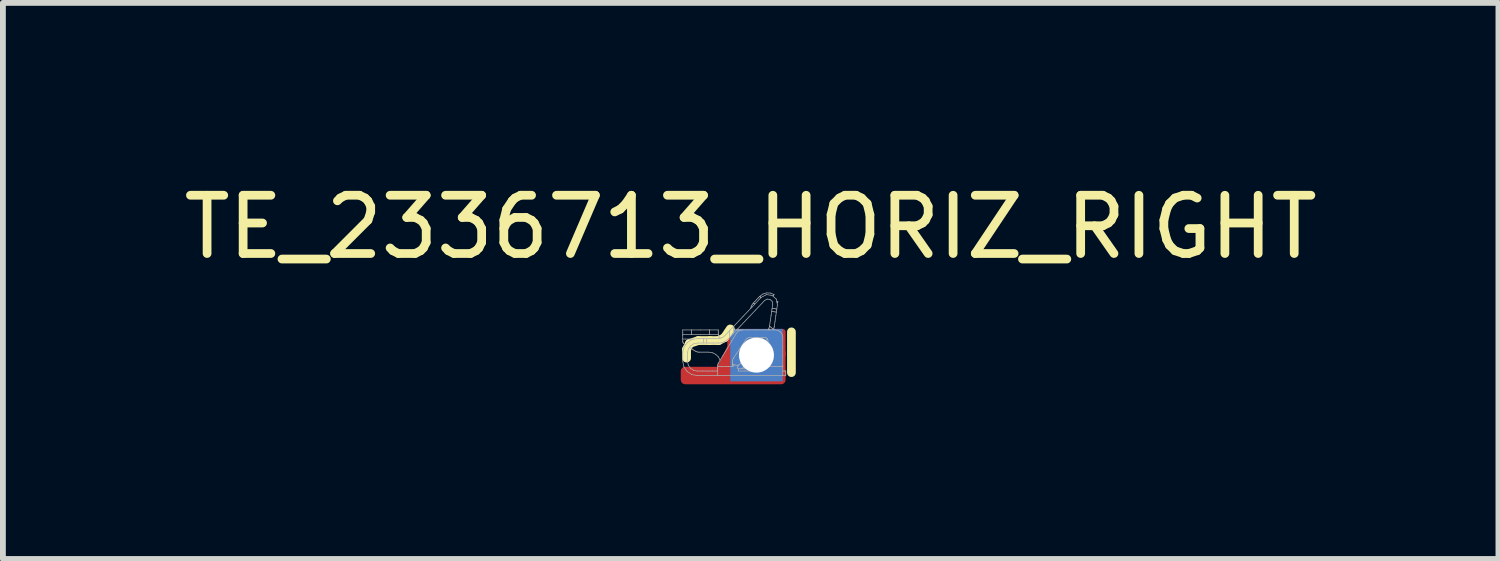
<source format=kicad_pcb>
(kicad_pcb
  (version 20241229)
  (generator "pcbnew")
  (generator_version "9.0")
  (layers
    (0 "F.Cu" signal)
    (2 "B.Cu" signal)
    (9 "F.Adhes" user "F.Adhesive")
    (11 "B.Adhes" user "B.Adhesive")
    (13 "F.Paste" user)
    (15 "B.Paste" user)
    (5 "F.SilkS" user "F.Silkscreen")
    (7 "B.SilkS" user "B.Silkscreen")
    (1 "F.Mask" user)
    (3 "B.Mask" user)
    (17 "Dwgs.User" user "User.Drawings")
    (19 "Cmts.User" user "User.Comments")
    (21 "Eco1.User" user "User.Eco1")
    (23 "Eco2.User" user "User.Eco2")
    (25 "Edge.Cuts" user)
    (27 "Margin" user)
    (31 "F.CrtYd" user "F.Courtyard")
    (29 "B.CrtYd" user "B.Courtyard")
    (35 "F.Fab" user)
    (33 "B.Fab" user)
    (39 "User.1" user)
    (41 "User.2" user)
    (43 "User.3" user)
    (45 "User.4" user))
  (footprint "TE_2336713_HORIZ_RIGHT"
    (layer "F.Cu")
    (at 9.539 2.948)
    (property "Reference" "TE_2336713_HORIZ_RIGHT" (at 0.3 -2.1 0) (layer "F.SilkS") (effects (font (size 1 1) (thickness 0.15))))
    (attr through_hole)
    (fp_line (start -0.8 0) (end -0.75 -0.1) (stroke (width 0.15) (type solid)) (layer "F.SilkS"))
    (fp_line (start -0.8 0.15) (end -0.8 0) (stroke (width 0.15) (type solid)) (layer "F.SilkS"))
    (fp_line (start -0.75 -0.1) (end -0.6 -0.15) (stroke (width 0.15) (type solid)) (layer "F.SilkS"))
    (fp_line (start -0.6 -0.15) (end -0.4 -0.15) (stroke (width 0.15) (type solid)) (layer "F.SilkS"))
    (fp_line (start -0.4 -0.15) (end -0.25 -0.15) (stroke (width 0.15) (type solid)) (layer "F.SilkS"))
    (fp_line (start -0.25 -0.15) (end -0.15 -0.2) (stroke (width 0.15) (type solid)) (layer "F.SilkS"))
    (fp_line (start -0.15 -0.2) (end -0.05 -0.35) (stroke (width 0.15) (type solid)) (layer "F.SilkS"))
    (fp_line (start 1 -0.3) (end 1 0.4) (stroke (width 0.15) (type solid)) (layer "F.SilkS"))
    (fp_line (start -0.866 -0.285) (end -0.866 -0.333) (stroke (width 0.012) (type solid)) (layer "F.Fab"))
    (fp_line (start -0.866 -0.254) (end -0.713 -0.254) (stroke (width 0.012) (type solid)) (layer "F.Fab"))
    (fp_line (start -0.866 -0.236) (end -0.866 -0.285) (stroke (width 0.012) (type solid)) (layer "F.Fab"))
    (fp_line (start -0.866 -0.188) (end -0.866 -0.236) (stroke (width 0.012) (type solid)) (layer "F.Fab"))
    (fp_line (start -0.866 -0.176) (end -0.82 -0.176) (stroke (width 0.012) (type solid)) (layer "F.Fab"))
    (fp_line (start -0.866 -0.139) (end -0.866 -0.188) (stroke (width 0.012) (type solid)) (layer "F.Fab"))
    (fp_line (start -0.866 0.059) (end -0.866 0.096) (stroke (width 0.012) (type solid)) (layer "F.Fab"))
    (fp_line (start -0.866 0.096) (end -0.866 0.133) (stroke (width 0.012) (type solid)) (layer "F.Fab"))
    (fp_line (start -0.866 0.133) (end -0.866 0.169) (stroke (width 0.012) (type solid)) (layer "F.Fab"))
    (fp_line (start -0.866 0.169) (end -0.866 0.206) (stroke (width 0.012) (type solid)) (layer "F.Fab"))
    (fp_line (start -0.866 -0.333) (end -0.713 -0.333) (stroke (width 0.012) (type solid)) (layer "F.Fab"))
    (fp_line (start -0.866 -0.14) (end -0.864 -0.125) (stroke (width 0.012) (type solid)) (layer "F.Fab"))
    (fp_line (start -0.866 0.207) (end -0.846 0.302) (stroke (width 0.012) (type solid)) (layer "F.Fab"))
    (fp_line (start -0.864 -0.125) (end -0.859 -0.112) (stroke (width 0.012) (type solid)) (layer "F.Fab"))
    (fp_line (start -0.859 -0.112) (end -0.85 -0.1) (stroke (width 0.012) (type solid)) (layer "F.Fab"))
    (fp_line (start -0.85 -0.1) (end -0.839 -0.091) (stroke (width 0.012) (type solid)) (layer "F.Fab"))
    (fp_line (start -0.846 -0.036) (end -0.866 0.059) (stroke (width 0.012) (type solid)) (layer "F.Fab"))
    (fp_line (start -0.846 0.302) (end -0.791 0.38) (stroke (width 0.012) (type solid)) (layer "F.Fab"))
    (fp_line (start -0.834 -0.087) (end -0.839 -0.09) (stroke (width 0.012) (type solid)) (layer "F.Fab"))
    (fp_line (start -0.83 -0.085) (end -0.834 -0.087) (stroke (width 0.012) (type solid)) (layer "F.Fab"))
    (fp_line (start -0.825 -0.082) (end -0.83 -0.085) (stroke (width 0.012) (type solid)) (layer "F.Fab"))
    (fp_line (start -0.821 -0.079) (end -0.825 -0.082) (stroke (width 0.012) (type solid)) (layer "F.Fab"))
    (fp_line (start -0.82 -0.176) (end -0.774 -0.176) (stroke (width 0.012) (type solid)) (layer "F.Fab"))
    (fp_line (start -0.791 -0.114) (end -0.846 -0.036) (stroke (width 0.012) (type solid)) (layer "F.Fab"))
    (fp_line (start -0.791 0.38) (end -0.711 0.433) (stroke (width 0.012) (type solid)) (layer "F.Fab"))
    (fp_line (start -0.784 0.207) (end -0.771 0.272) (stroke (width 0.012) (type solid)) (layer "F.Fab"))
    (fp_line (start -0.784 0.096) (end -0.784 0.059) (stroke (width 0.012) (type solid)) (layer "F.Fab"))
    (fp_line (start -0.784 0.133) (end -0.784 0.096) (stroke (width 0.012) (type solid)) (layer "F.Fab"))
    (fp_line (start -0.784 0.169) (end -0.784 0.133) (stroke (width 0.012) (type solid)) (layer "F.Fab"))
    (fp_line (start -0.784 0.206) (end -0.784 0.169) (stroke (width 0.012) (type solid)) (layer "F.Fab"))
    (fp_line (start -0.774 -0.176) (end -0.728 -0.176) (stroke (width 0.012) (type solid)) (layer "F.Fab"))
    (fp_line (start -0.771 -0.005) (end -0.784 0.06) (stroke (width 0.012) (type solid)) (layer "F.Fab"))
    (fp_line (start -0.771 0.272) (end -0.734 0.325) (stroke (width 0.012) (type solid)) (layer "F.Fab"))
    (fp_line (start -0.734 -0.058) (end -0.771 -0.005) (stroke (width 0.012) (type solid)) (layer "F.Fab"))
    (fp_line (start -0.734 0.325) (end -0.679 0.361) (stroke (width 0.012) (type solid)) (layer "F.Fab"))
    (fp_line (start -0.729 -0.02) (end -0.754 -0.035) (stroke (width 0.012) (type solid)) (layer "F.Fab"))
    (fp_line (start -0.728 -0.176) (end -0.682 -0.176) (stroke (width 0.012) (type solid)) (layer "F.Fab"))
    (fp_line (start -0.713 -0.314) (end -0.713 -0.333) (stroke (width 0.012) (type solid)) (layer "F.Fab"))
    (fp_line (start -0.713 -0.294) (end -0.713 -0.314) (stroke (width 0.012) (type solid)) (layer "F.Fab"))
    (fp_line (start -0.713 -0.275) (end -0.713 -0.294) (stroke (width 0.012) (type solid)) (layer "F.Fab"))
    (fp_line (start -0.713 -0.255) (end -0.713 -0.275) (stroke (width 0.012) (type solid)) (layer "F.Fab"))
    (fp_line (start -0.713 -0.254) (end -0.561 -0.254) (stroke (width 0.012) (type solid)) (layer "F.Fab"))
    (fp_line (start -0.713 -0.333) (end -0.561 -0.333) (stroke (width 0.012) (type solid)) (layer "F.Fab"))
    (fp_line (start -0.711 -0.167) (end -0.791 -0.114) (stroke (width 0.012) (type solid)) (layer "F.Fab"))
    (fp_line (start -0.711 0.433) (end -0.612 0.452) (stroke (width 0.012) (type solid)) (layer "F.Fab"))
    (fp_line (start -0.704 -0.004) (end -0.729 -0.02) (stroke (width 0.012) (type solid)) (layer "F.Fab"))
    (fp_line (start -0.68 0.012) (end -0.704 -0.004) (stroke (width 0.012) (type solid)) (layer "F.Fab"))
    (fp_line (start -0.679 -0.094) (end -0.734 -0.058) (stroke (width 0.012) (type solid)) (layer "F.Fab"))
    (fp_line (start -0.679 0.361) (end -0.612 0.374) (stroke (width 0.012) (type solid)) (layer "F.Fab"))
    (fp_line (start -0.655 0.028) (end -0.638 0.037) (stroke (width 0.012) (type solid)) (layer "F.Fab"))
    (fp_line (start -0.655 0.028) (end -0.68 0.012) (stroke (width 0.012) (type solid)) (layer "F.Fab"))
    (fp_line (start -0.638 0.037) (end -0.62 0.044) (stroke (width 0.012) (type solid)) (layer "F.Fab"))
    (fp_line (start -0.62 0.044) (end -0.601 0.048) (stroke (width 0.012) (type solid)) (layer "F.Fab"))
    (fp_line (start -0.612 -0.107) (end -0.679 -0.094) (stroke (width 0.012) (type solid)) (layer "F.Fab"))
    (fp_line (start -0.612 -0.186) (end -0.523 -0.186) (stroke (width 0.012) (type solid)) (layer "F.Fab"))
    (fp_line (start -0.612 -0.108) (end -0.523 -0.108) (stroke (width 0.012) (type solid)) (layer "F.Fab"))
    (fp_line (start -0.612 0.452) (end -0.233 0.452) (stroke (width 0.012) (type solid)) (layer "F.Fab"))
    (fp_line (start -0.612 -0.186) (end -0.711 -0.167) (stroke (width 0.012) (type solid)) (layer "F.Fab"))
    (fp_line (start -0.601 0.048) (end -0.582 0.049) (stroke (width 0.012) (type solid)) (layer "F.Fab"))
    (fp_line (start -0.561 -0.254) (end -0.408 -0.254) (stroke (width 0.012) (type solid)) (layer "F.Fab"))
    (fp_line (start -0.561 -0.333) (end -0.408 -0.333) (stroke (width 0.012) (type solid)) (layer "F.Fab"))
    (fp_line (start -0.541 0.048) (end -0.582 0.048) (stroke (width 0.012) (type solid)) (layer "F.Fab"))
    (fp_line (start -0.525 0.373) (end -0.612 0.373) (stroke (width 0.012) (type solid)) (layer "F.Fab"))
    (fp_line (start -0.523 -0.186) (end -0.434 -0.186) (stroke (width 0.012) (type solid)) (layer "F.Fab"))
    (fp_line (start -0.523 -0.108) (end -0.434 -0.108) (stroke (width 0.012) (type solid)) (layer "F.Fab"))
    (fp_line (start -0.506 -0.168) (end -0.506 -0.187) (stroke (width 0.012) (type solid)) (layer "F.Fab"))
    (fp_line (start -0.506 -0.148) (end -0.506 -0.168) (stroke (width 0.012) (type solid)) (layer "F.Fab"))
    (fp_line (start -0.506 -0.128) (end -0.506 -0.148) (stroke (width 0.012) (type solid)) (layer "F.Fab"))
    (fp_line (start -0.506 -0.109) (end -0.506 -0.128) (stroke (width 0.012) (type solid)) (layer "F.Fab"))
    (fp_line (start -0.5 0.048) (end -0.541 0.048) (stroke (width 0.012) (type solid)) (layer "F.Fab"))
    (fp_line (start -0.459 0.048) (end -0.5 0.048) (stroke (width 0.012) (type solid)) (layer "F.Fab"))
    (fp_line (start -0.454 -0.168) (end -0.454 -0.187) (stroke (width 0.012) (type solid)) (layer "F.Fab"))
    (fp_line (start -0.454 -0.148) (end -0.454 -0.168) (stroke (width 0.012) (type solid)) (layer "F.Fab"))
    (fp_line (start -0.454 -0.128) (end -0.454 -0.148) (stroke (width 0.012) (type solid)) (layer "F.Fab"))
    (fp_line (start -0.454 -0.109) (end -0.454 -0.128) (stroke (width 0.012) (type solid)) (layer "F.Fab"))
    (fp_line (start -0.439 0.373) (end -0.525 0.373) (stroke (width 0.012) (type solid)) (layer "F.Fab"))
    (fp_line (start -0.434 -0.186) (end -0.345 -0.186) (stroke (width 0.012) (type solid)) (layer "F.Fab"))
    (fp_line (start -0.434 -0.108) (end -0.345 -0.108) (stroke (width 0.012) (type solid)) (layer "F.Fab"))
    (fp_line (start -0.418 0.048) (end -0.459 0.048) (stroke (width 0.012) (type solid)) (layer "F.Fab"))
    (fp_line (start -0.408 -0.254) (end -0.256 -0.254) (stroke (width 0.012) (type solid)) (layer "F.Fab"))
    (fp_line (start -0.408 -0.335) (end -0.408 -0.315) (stroke (width 0.012) (type solid)) (layer "F.Fab"))
    (fp_line (start -0.408 -0.315) (end -0.408 -0.296) (stroke (width 0.012) (type solid)) (layer "F.Fab"))
    (fp_line (start -0.408 -0.296) (end -0.408 -0.276) (stroke (width 0.012) (type solid)) (layer "F.Fab"))
    (fp_line (start -0.408 -0.276) (end -0.408 -0.256) (stroke (width 0.012) (type solid)) (layer "F.Fab"))
    (fp_line (start -0.408 -0.333) (end -0.256 -0.333) (stroke (width 0.012) (type solid)) (layer "F.Fab"))
    (fp_line (start -0.354 0.059) (end -0.418 0.049) (stroke (width 0.012) (type solid)) (layer "F.Fab"))
    (fp_line (start -0.352 0.373) (end -0.439 0.373) (stroke (width 0.012) (type solid)) (layer "F.Fab"))
    (fp_line (start -0.345 -0.186) (end -0.256 -0.186) (stroke (width 0.012) (type solid)) (layer "F.Fab"))
    (fp_line (start -0.345 -0.108) (end -0.256 -0.108) (stroke (width 0.012) (type solid)) (layer "F.Fab"))
    (fp_line (start -0.298 0.088) (end -0.354 0.059) (stroke (width 0.012) (type solid)) (layer "F.Fab"))
    (fp_line (start -0.266 0.324) (end -0.266 0.281) (stroke (width 0.012) (type solid)) (layer "F.Fab"))
    (fp_line (start -0.266 0.366) (end -0.266 0.324) (stroke (width 0.012) (type solid)) (layer "F.Fab"))
    (fp_line (start -0.266 0.409) (end -0.266 0.366) (stroke (width 0.012) (type solid)) (layer "F.Fab"))
    (fp_line (start -0.266 0.451) (end -0.266 0.409) (stroke (width 0.012) (type solid)) (layer "F.Fab"))
    (fp_line (start -0.266 0.373) (end -0.352 0.373) (stroke (width 0.012) (type solid)) (layer "F.Fab"))
    (fp_line (start -0.265 0.269) (end -0.266 0.282) (stroke (width 0.012) (type solid)) (layer "F.Fab"))
    (fp_line (start -0.262 0.256) (end -0.265 0.269) (stroke (width 0.012) (type solid)) (layer "F.Fab"))
    (fp_line (start -0.258 0.244) (end -0.262 0.256) (stroke (width 0.012) (type solid)) (layer "F.Fab"))
    (fp_line (start -0.256 -0.186) (end -0.224 -0.19) (stroke (width 0.012) (type solid)) (layer "F.Fab"))
    (fp_line (start -0.256 -0.334) (end -0.256 -0.314) (stroke (width 0.012) (type solid)) (layer "F.Fab"))
    (fp_line (start -0.256 -0.314) (end -0.256 -0.295) (stroke (width 0.012) (type solid)) (layer "F.Fab"))
    (fp_line (start -0.256 -0.295) (end -0.256 -0.275) (stroke (width 0.012) (type solid)) (layer "F.Fab"))
    (fp_line (start -0.256 -0.275) (end -0.256 -0.255) (stroke (width 0.012) (type solid)) (layer "F.Fab"))
    (fp_line (start -0.256 -0.255) (end -0.253 -0.236) (stroke (width 0.012) (type solid)) (layer "F.Fab"))
    (fp_line (start -0.256 -0.108) (end -0.207 -0.112) (stroke (width 0.012) (type solid)) (layer "F.Fab"))
    (fp_line (start -0.253 -0.236) (end -0.247 -0.219) (stroke (width 0.012) (type solid)) (layer "F.Fab"))
    (fp_line (start -0.253 0.131) (end -0.298 0.088) (stroke (width 0.012) (type solid)) (layer "F.Fab"))
    (fp_line (start -0.252 0.232) (end -0.258 0.244) (stroke (width 0.012) (type solid)) (layer "F.Fab"))
    (fp_line (start -0.247 -0.219) (end -0.236 -0.203) (stroke (width 0.012) (type solid)) (layer "F.Fab"))
    (fp_line (start -0.236 -0.203) (end -0.221 -0.191) (stroke (width 0.012) (type solid)) (layer "F.Fab"))
    (fp_line (start -0.233 0.452) (end 0.146 0.452) (stroke (width 0.012) (type solid)) (layer "F.Fab"))
    (fp_line (start -0.224 0.188) (end -0.253 0.131) (stroke (width 0.012) (type solid)) (layer "F.Fab"))
    (fp_line (start -0.224 -0.19) (end -0.194 -0.199) (stroke (width 0.012) (type solid)) (layer "F.Fab"))
    (fp_line (start -0.207 -0.112) (end -0.161 -0.127) (stroke (width 0.012) (type solid)) (layer "F.Fab"))
    (fp_line (start -0.202 0.294) (end -0.266 0.294) (stroke (width 0.012) (type solid)) (layer "F.Fab"))
    (fp_line (start -0.194 -0.199) (end -0.167 -0.214) (stroke (width 0.012) (type solid)) (layer "F.Fab"))
    (fp_line (start -0.176 0.107) (end -0.252 0.233) (stroke (width 0.012) (type solid)) (layer "F.Fab"))
    (fp_line (start -0.167 -0.214) (end -0.143 -0.235) (stroke (width 0.012) (type solid)) (layer "F.Fab"))
    (fp_line (start -0.161 -0.127) (end -0.12 -0.15) (stroke (width 0.012) (type solid)) (layer "F.Fab"))
    (fp_line (start -0.143 -0.234) (end 0.012 -0.398) (stroke (width 0.012) (type solid)) (layer "F.Fab"))
    (fp_line (start -0.138 0.294) (end -0.202 0.294) (stroke (width 0.012) (type solid)) (layer "F.Fab"))
    (fp_line (start -0.12 -0.15) (end -0.083 -0.181) (stroke (width 0.012) (type solid)) (layer "F.Fab"))
    (fp_line (start -0.1 -0.018) (end -0.176 0.107) (stroke (width 0.012) (type solid)) (layer "F.Fab"))
    (fp_line (start -0.074 0.294) (end -0.138 0.294) (stroke (width 0.012) (type solid)) (layer "F.Fab"))
    (fp_line (start -0.063 -0.29) (end -0.063 -0.319) (stroke (width 0.012) (type solid)) (layer "F.Fab"))
    (fp_line (start -0.063 -0.26) (end -0.063 -0.29) (stroke (width 0.012) (type solid)) (layer "F.Fab"))
    (fp_line (start -0.063 -0.231) (end -0.063 -0.26) (stroke (width 0.012) (type solid)) (layer "F.Fab"))
    (fp_line (start -0.063 -0.202) (end -0.063 -0.231) (stroke (width 0.012) (type solid)) (layer "F.Fab"))
    (fp_line (start -0.024 -0.144) (end -0.1 -0.018) (stroke (width 0.012) (type solid)) (layer "F.Fab"))
    (fp_line (start -0.012 0.229) (end -0.012 0.215) (stroke (width 0.012) (type solid)) (layer "F.Fab"))
    (fp_line (start -0.012 0.243) (end -0.012 0.229) (stroke (width 0.012) (type solid)) (layer "F.Fab"))
    (fp_line (start -0.012 0.258) (end -0.012 0.243) (stroke (width 0.012) (type solid)) (layer "F.Fab"))
    (fp_line (start -0.012 0.272) (end -0.012 0.258) (stroke (width 0.012) (type solid)) (layer "F.Fab"))
    (fp_line (start -0.012 0.226) (end -0.01 0.244) (stroke (width 0.012) (type solid)) (layer "F.Fab"))
    (fp_line (start -0.012 0.271) (end -0.012 0.277) (stroke (width 0.012) (type solid)) (layer "F.Fab"))
    (fp_line (start -0.012 0.277) (end -0.011 0.283) (stroke (width 0.012) (type solid)) (layer "F.Fab"))
    (fp_line (start -0.011 0.283) (end -0.011 0.289) (stroke (width 0.012) (type solid)) (layer "F.Fab"))
    (fp_line (start -0.011 0.289) (end -0.01 0.294) (stroke (width 0.012) (type solid)) (layer "F.Fab"))
    (fp_line (start -0.011 0.196) (end -0.012 0.214) (stroke (width 0.012) (type solid)) (layer "F.Fab"))
    (fp_line (start -0.01 0.244) (end -0.007 0.262) (stroke (width 0.012) (type solid)) (layer "F.Fab"))
    (fp_line (start -0.01 0.294) (end -0.074 0.294) (stroke (width 0.012) (type solid)) (layer "F.Fab"))
    (fp_line (start -0.007 0.259) (end 0.004 0.262) (stroke (width 0.012) (type solid)) (layer "F.Fab"))
    (fp_line (start -0.007 0.178) (end -0.011 0.196) (stroke (width 0.012) (type solid)) (layer "F.Fab"))
    (fp_line (start -0.007 0.262) (end -0.000193 0.279) (stroke (width 0.012) (type solid)) (layer "F.Fab"))
    (fp_line (start -0.000193 0.279) (end 0.009 0.294) (stroke (width 0.012) (type solid)) (layer "F.Fab"))
    (fp_line (start -0.000053 0.161) (end -0.007 0.178) (stroke (width 0.012) (type solid)) (layer "F.Fab"))
    (fp_line (start 0.004 0.262) (end 0.015 0.265) (stroke (width 0.012) (type solid)) (layer "F.Fab"))
    (fp_line (start 0.006 -0.363) (end 0.006 -0.392) (stroke (width 0.012) (type solid)) (layer "F.Fab"))
    (fp_line (start 0.006 -0.333) (end 0.006 -0.363) (stroke (width 0.012) (type solid)) (layer "F.Fab"))
    (fp_line (start 0.006 -0.304) (end 0.006 -0.333) (stroke (width 0.012) (type solid)) (layer "F.Fab"))
    (fp_line (start 0.006 -0.275) (end 0.006 -0.304) (stroke (width 0.012) (type solid)) (layer "F.Fab"))
    (fp_line (start 0.009 0.145) (end -0.000053 0.161) (stroke (width 0.012) (type solid)) (layer "F.Fab"))
    (fp_line (start 0.009 0.146) (end 0.06 0.069) (stroke (width 0.012) (type solid)) (layer "F.Fab"))
    (fp_line (start 0.012 -0.398) (end 0.167 -0.562) (stroke (width 0.012) (type solid)) (layer "F.Fab"))
    (fp_line (start 0.015 0.265) (end 0.026 0.268) (stroke (width 0.012) (type solid)) (layer "F.Fab"))
    (fp_line (start 0.026 0.268) (end 0.037 0.271) (stroke (width 0.012) (type solid)) (layer "F.Fab"))
    (fp_line (start 0.038 0.272) (end 0.061 0.275) (stroke (width 0.012) (type solid)) (layer "F.Fab"))
    (fp_line (start 0.052 -0.27) (end -0.024 -0.144) (stroke (width 0.012) (type solid)) (layer "F.Fab"))
    (fp_line (start 0.06 0.069) (end 0.111 -0.007) (stroke (width 0.012) (type solid)) (layer "F.Fab"))
    (fp_line (start 0.061 0.275) (end 0.084 0.271) (stroke (width 0.012) (type solid)) (layer "F.Fab"))
    (fp_line (start 0.065 -0.331) (end 0.057 -0.33) (stroke (width 0.012) (type solid)) (layer "F.Fab"))
    (fp_line (start 0.07 0.333) (end 0.074 0.317) (stroke (width 0.012) (type solid)) (layer "F.Fab"))
    (fp_line (start 0.072 -0.345) (end -0.083 -0.181) (stroke (width 0.012) (type solid)) (layer "F.Fab"))
    (fp_line (start 0.073 -0.297) (end 0.051 -0.27) (stroke (width 0.012) (type solid)) (layer "F.Fab"))
    (fp_line (start 0.073 -0.333) (end 0.065 -0.331) (stroke (width 0.012) (type solid)) (layer "F.Fab"))
    (fp_line (start 0.074 0.317) (end 0.079 0.302) (stroke (width 0.012) (type solid)) (layer "F.Fab"))
    (fp_line (start 0.079 0.302) (end 0.083 0.286) (stroke (width 0.012) (type solid)) (layer "F.Fab"))
    (fp_line (start 0.081 -0.333) (end 0.073 -0.333) (stroke (width 0.012) (type solid)) (layer "F.Fab"))
    (fp_line (start 0.083 0.286) (end 0.088 0.271) (stroke (width 0.012) (type solid)) (layer "F.Fab"))
    (fp_line (start 0.084 0.271) (end 0.105 0.261) (stroke (width 0.012) (type solid)) (layer "F.Fab"))
    (fp_line (start 0.089 -0.334) (end 0.081 -0.333) (stroke (width 0.012) (type solid)) (layer "F.Fab"))
    (fp_line (start 0.09 0.373) (end 0.192 0.373) (stroke (width 0.012) (type solid)) (layer "F.Fab"))
    (fp_line (start 0.09 0.344) (end 0.09 0.334) (stroke (width 0.012) (type solid)) (layer "F.Fab"))
    (fp_line (start 0.09 0.354) (end 0.09 0.344) (stroke (width 0.012) (type solid)) (layer "F.Fab"))
    (fp_line (start 0.09 0.364) (end 0.09 0.354) (stroke (width 0.012) (type solid)) (layer "F.Fab"))
    (fp_line (start 0.09 0.374) (end 0.09 0.364) (stroke (width 0.012) (type solid)) (layer "F.Fab"))
    (fp_line (start 0.1 -0.317) (end 0.073 -0.297) (stroke (width 0.012) (type solid)) (layer "F.Fab"))
    (fp_line (start 0.105 0.261) (end 0.123 0.246) (stroke (width 0.012) (type solid)) (layer "F.Fab"))
    (fp_line (start 0.111 -0.007) (end 0.162 -0.084) (stroke (width 0.012) (type solid)) (layer "F.Fab"))
    (fp_line (start 0.123 0.246) (end 0.217 0.133) (stroke (width 0.012) (type solid)) (layer "F.Fab"))
    (fp_line (start 0.131 -0.329) (end 0.1 -0.317) (stroke (width 0.012) (type solid)) (layer "F.Fab"))
    (fp_line (start 0.138 0.334) (end 0.151 0.326) (stroke (width 0.012) (type solid)) (layer "F.Fab"))
    (fp_line (start 0.146 0.452) (end 0.524 0.452) (stroke (width 0.012) (type solid)) (layer "F.Fab"))
    (fp_line (start 0.151 0.326) (end 0.164 0.317) (stroke (width 0.012) (type solid)) (layer "F.Fab"))
    (fp_line (start 0.162 -0.084) (end 0.212 -0.16) (stroke (width 0.012) (type solid)) (layer "F.Fab"))
    (fp_line (start 0.164 0.317) (end 0.175 0.307) (stroke (width 0.012) (type solid)) (layer "F.Fab"))
    (fp_line (start 0.166 -0.334) (end 0.131 -0.329) (stroke (width 0.012) (type solid)) (layer "F.Fab"))
    (fp_line (start 0.167 -0.562) (end 0.323 -0.726) (stroke (width 0.012) (type solid)) (layer "F.Fab"))
    (fp_line (start 0.175 0.307) (end 0.186 0.296) (stroke (width 0.012) (type solid)) (layer "F.Fab"))
    (fp_line (start 0.186 0.296) (end 0.286 0.176) (stroke (width 0.012) (type solid)) (layer "F.Fab"))
    (fp_line (start 0.192 0.373) (end 0.293 0.373) (stroke (width 0.012) (type solid)) (layer "F.Fab"))
    (fp_line (start 0.192 0.334) (end 0.09 0.334) (stroke (width 0.012) (type solid)) (layer "F.Fab"))
    (fp_line (start 0.217 0.133) (end 0.312 0.021) (stroke (width 0.012) (type solid)) (layer "F.Fab"))
    (fp_line (start 0.227 -0.509) (end 0.072 -0.345) (stroke (width 0.012) (type solid)) (layer "F.Fab"))
    (fp_line (start 0.229 -0.18) (end 0.212 -0.161) (stroke (width 0.012) (type solid)) (layer "F.Fab"))
    (fp_line (start 0.247 -0.333) (end 0.089 -0.333) (stroke (width 0.012) (type solid)) (layer "F.Fab"))
    (fp_line (start 0.249 -0.194) (end 0.229 -0.18) (stroke (width 0.012) (type solid)) (layer "F.Fab"))
    (fp_line (start 0.273 -0.203) (end 0.249 -0.194) (stroke (width 0.012) (type solid)) (layer "F.Fab"))
    (fp_line (start 0.286 0.176) (end 0.386 0.057) (stroke (width 0.012) (type solid)) (layer "F.Fab"))
    (fp_line (start 0.293 0.373) (end 0.395 0.373) (stroke (width 0.012) (type solid)) (layer "F.Fab"))
    (fp_line (start 0.293 0.334) (end 0.192 0.334) (stroke (width 0.012) (type solid)) (layer "F.Fab"))
    (fp_line (start 0.298 -0.205) (end 0.358 -0.205) (stroke (width 0.012) (type solid)) (layer "F.Fab"))
    (fp_line (start 0.298 -0.206) (end 0.273 -0.203) (stroke (width 0.012) (type solid)) (layer "F.Fab"))
    (fp_line (start 0.307 -0.728) (end 0.301 -0.703) (stroke (width 0.012) (type solid)) (layer "F.Fab"))
    (fp_line (start 0.312 0.021) (end 0.407 -0.092) (stroke (width 0.012) (type solid)) (layer "F.Fab"))
    (fp_line (start 0.317 -0.752) (end 0.307 -0.728) (stroke (width 0.012) (type solid)) (layer "F.Fab"))
    (fp_line (start 0.323 -0.726) (end 0.478 -0.89) (stroke (width 0.012) (type solid)) (layer "F.Fab"))
    (fp_line (start 0.33 -0.775) (end 0.317 -0.752) (stroke (width 0.012) (type solid)) (layer "F.Fab"))
    (fp_line (start 0.347 -0.795) (end 0.33 -0.775) (stroke (width 0.012) (type solid)) (layer "F.Fab"))
    (fp_line (start 0.347 -0.795) (end 0.374 -0.824) (stroke (width 0.012) (type solid)) (layer "F.Fab"))
    (fp_line (start 0.347 -0.795) (end 0.352 -0.79) (stroke (width 0.012) (type solid)) (layer "F.Fab"))
    (fp_line (start 0.352 -0.79) (end 0.358 -0.786) (stroke (width 0.012) (type solid)) (layer "F.Fab"))
    (fp_line (start 0.353 0.003) (end 0.337 -0.009) (stroke (width 0.012) (type solid)) (layer "F.Fab"))
    (fp_line (start 0.358 -0.205) (end 0.418 -0.205) (stroke (width 0.012) (type solid)) (layer "F.Fab"))
    (fp_line (start 0.358 -0.786) (end 0.364 -0.781) (stroke (width 0.012) (type solid)) (layer "F.Fab"))
    (fp_line (start 0.364 -0.781) (end 0.369 -0.776) (stroke (width 0.012) (type solid)) (layer "F.Fab"))
    (fp_line (start 0.368 0.016) (end 0.353 0.003) (stroke (width 0.012) (type solid)) (layer "F.Fab"))
    (fp_line (start 0.374 -0.824) (end 0.401 -0.853) (stroke (width 0.012) (type solid)) (layer "F.Fab"))
    (fp_line (start 0.383 -0.673) (end 0.227 -0.509) (stroke (width 0.012) (type solid)) (layer "F.Fab"))
    (fp_line (start 0.384 0.028) (end 0.368 0.016) (stroke (width 0.012) (type solid)) (layer "F.Fab"))
    (fp_line (start 0.386 0.057) (end 0.486 -0.062) (stroke (width 0.012) (type solid)) (layer "F.Fab"))
    (fp_line (start 0.395 0.334) (end 0.293 0.334) (stroke (width 0.012) (type solid)) (layer "F.Fab"))
    (fp_line (start 0.395 0.373) (end 0.497 0.373) (stroke (width 0.012) (type solid)) (layer "F.Fab"))
    (fp_line (start 0.4 0.04) (end 0.384 0.028) (stroke (width 0.012) (type solid)) (layer "F.Fab"))
    (fp_line (start 0.401 -0.853) (end 0.428 -0.881) (stroke (width 0.012) (type solid)) (layer "F.Fab"))
    (fp_line (start 0.405 -0.333) (end 0.247 -0.333) (stroke (width 0.012) (type solid)) (layer "F.Fab"))
    (fp_line (start 0.407 -0.092) (end 0.502 -0.205) (stroke (width 0.012) (type solid)) (layer "F.Fab"))
    (fp_line (start 0.411 -0.066) (end 0.395 -0.079) (stroke (width 0.012) (type solid)) (layer "F.Fab"))
    (fp_line (start 0.418 -0.205) (end 0.477 -0.205) (stroke (width 0.012) (type solid)) (layer "F.Fab"))
    (fp_line (start 0.427 -0.054) (end 0.411 -0.066) (stroke (width 0.012) (type solid)) (layer "F.Fab"))
    (fp_line (start 0.428 -0.881) (end 0.456 -0.91) (stroke (width 0.012) (type solid)) (layer "F.Fab"))
    (fp_line (start 0.443 -0.042) (end 0.427 -0.054) (stroke (width 0.012) (type solid)) (layer "F.Fab"))
    (fp_line (start 0.443 -0.105) (end 0.427 -0.117) (stroke (width 0.012) (type solid)) (layer "F.Fab"))
    (fp_line (start 0.456 -0.91) (end 0.461 -0.905) (stroke (width 0.012) (type solid)) (layer "F.Fab"))
    (fp_line (start 0.459 -0.029) (end 0.443 -0.042) (stroke (width 0.012) (type solid)) (layer "F.Fab"))
    (fp_line (start 0.459 -0.092) (end 0.443 -0.105) (stroke (width 0.012) (type solid)) (layer "F.Fab"))
    (fp_line (start 0.461 -0.905) (end 0.467 -0.9) (stroke (width 0.012) (type solid)) (layer "F.Fab"))
    (fp_line (start 0.467 -0.9) (end 0.472 -0.895) (stroke (width 0.012) (type solid)) (layer "F.Fab"))
    (fp_line (start 0.472 -0.895) (end 0.478 -0.89) (stroke (width 0.012) (type solid)) (layer "F.Fab"))
    (fp_line (start 0.475 -0.08) (end 0.459 -0.092) (stroke (width 0.012) (type solid)) (layer "F.Fab"))
    (fp_line (start 0.477 -0.205) (end 0.537 -0.205) (stroke (width 0.012) (type solid)) (layer "F.Fab"))
    (fp_line (start 0.486 -0.062) (end 0.586 -0.181) (stroke (width 0.012) (type solid)) (layer "F.Fab"))
    (fp_line (start 0.491 -0.067) (end 0.475 -0.08) (stroke (width 0.012) (type solid)) (layer "F.Fab"))
    (fp_line (start 0.497 0.334) (end 0.395 0.334) (stroke (width 0.012) (type solid)) (layer "F.Fab"))
    (fp_line (start 0.497 0.334) (end 0.497 0.344) (stroke (width 0.012) (type solid)) (layer "F.Fab"))
    (fp_line (start 0.497 0.344) (end 0.497 0.354) (stroke (width 0.012) (type solid)) (layer "F.Fab"))
    (fp_line (start 0.497 0.354) (end 0.497 0.364) (stroke (width 0.012) (type solid)) (layer "F.Fab"))
    (fp_line (start 0.497 0.364) (end 0.497 0.374) (stroke (width 0.012) (type solid)) (layer "F.Fab"))
    (fp_line (start 0.507 -0.181) (end 0.491 -0.193) (stroke (width 0.012) (type solid)) (layer "F.Fab"))
    (fp_line (start 0.51 -0.95) (end 0.456 -0.91) (stroke (width 0.012) (type solid)) (layer "F.Fab"))
    (fp_line (start 0.523 -0.169) (end 0.507 -0.181) (stroke (width 0.012) (type solid)) (layer "F.Fab"))
    (fp_line (start 0.524 0.452) (end 0.903 0.452) (stroke (width 0.012) (type solid)) (layer "F.Fab"))
    (fp_line (start 0.538 -0.837) (end 0.383 -0.673) (stroke (width 0.012) (type solid)) (layer "F.Fab"))
    (fp_line (start 0.539 -0.156) (end 0.523 -0.169) (stroke (width 0.012) (type solid)) (layer "F.Fab"))
    (fp_line (start 0.555 -0.144) (end 0.539 -0.156) (stroke (width 0.012) (type solid)) (layer "F.Fab"))
    (fp_line (start 0.561 -0.202) (end 0.537 -0.206) (stroke (width 0.012) (type solid)) (layer "F.Fab"))
    (fp_line (start 0.562 -0.333) (end 0.405 -0.333) (stroke (width 0.012) (type solid)) (layer "F.Fab"))
    (fp_line (start 0.571 -0.94) (end 0.478 -0.89) (stroke (width 0.012) (type solid)) (layer "F.Fab"))
    (fp_line (start 0.573 -0.969) (end 0.51 -0.95) (stroke (width 0.012) (type solid)) (layer "F.Fab"))
    (fp_line (start 0.578 0.294) (end 0.587 0.279) (stroke (width 0.012) (type solid)) (layer "F.Fab"))
    (fp_line (start 0.58 -0.189) (end 0.561 -0.202) (stroke (width 0.012) (type solid)) (layer "F.Fab"))
    (fp_line (start 0.584 -0.863) (end 0.538 -0.838) (stroke (width 0.012) (type solid)) (layer "F.Fab"))
    (fp_line (start 0.587 0.279) (end 0.593 0.262) (stroke (width 0.012) (type solid)) (layer "F.Fab"))
    (fp_line (start 0.593 0.262) (end 0.597 0.244) (stroke (width 0.012) (type solid)) (layer "F.Fab"))
    (fp_line (start 0.593 -0.17) (end 0.58 -0.189) (stroke (width 0.012) (type solid)) (layer "F.Fab"))
    (fp_line (start 0.596 0.294) (end 0.597 0.289) (stroke (width 0.012) (type solid)) (layer "F.Fab"))
    (fp_line (start 0.597 0.244) (end 0.598 0.226) (stroke (width 0.012) (type solid)) (layer "F.Fab"))
    (fp_line (start 0.597 0.289) (end 0.598 0.283) (stroke (width 0.012) (type solid)) (layer "F.Fab"))
    (fp_line (start 0.598 0.283) (end 0.598 0.277) (stroke (width 0.012) (type solid)) (layer "F.Fab"))
    (fp_line (start 0.598 0.277) (end 0.598 0.271) (stroke (width 0.012) (type solid)) (layer "F.Fab"))
    (fp_line (start 0.598 -0.147) (end 0.593 -0.17) (stroke (width 0.012) (type solid)) (layer "F.Fab"))
    (fp_line (start 0.598 -0.147) (end 0.598 -0.042) (stroke (width 0.012) (type solid)) (layer "F.Fab"))
    (fp_line (start 0.598 -0.042) (end 0.598 0.063) (stroke (width 0.012) (type solid)) (layer "F.Fab"))
    (fp_line (start 0.598 0.063) (end 0.598 0.167) (stroke (width 0.012) (type solid)) (layer "F.Fab"))
    (fp_line (start 0.598 0.167) (end 0.598 0.272) (stroke (width 0.012) (type solid)) (layer "F.Fab"))
    (fp_line (start 0.602 -0.333) (end 0.61 -0.35) (stroke (width 0.012) (type solid)) (layer "F.Fab"))
    (fp_line (start 0.61 -0.35) (end 0.616 -0.366) (stroke (width 0.012) (type solid)) (layer "F.Fab"))
    (fp_line (start 0.613 -0.343) (end 0.609 -0.346) (stroke (width 0.012) (type solid)) (layer "F.Fab"))
    (fp_line (start 0.616 -0.366) (end 0.621 -0.384) (stroke (width 0.012) (type solid)) (layer "F.Fab"))
    (fp_line (start 0.617 -0.34) (end 0.613 -0.343) (stroke (width 0.012) (type solid)) (layer "F.Fab"))
    (fp_line (start 0.621 -0.384) (end 0.625 -0.401) (stroke (width 0.012) (type solid)) (layer "F.Fab"))
    (fp_line (start 0.622 -0.336) (end 0.617 -0.34) (stroke (width 0.012) (type solid)) (layer "F.Fab"))
    (fp_line (start 0.624 -0.398) (end 0.64 -0.385) (stroke (width 0.012) (type solid)) (layer "F.Fab"))
    (fp_line (start 0.625 -0.401) (end 0.638 -0.494) (stroke (width 0.012) (type solid)) (layer "F.Fab"))
    (fp_line (start 0.626 -0.333) (end 0.622 -0.336) (stroke (width 0.012) (type solid)) (layer "F.Fab"))
    (fp_line (start 0.633 -0.856) (end 0.584 -0.863) (stroke (width 0.012) (type solid)) (layer "F.Fab"))
    (fp_line (start 0.638 -0.494) (end 0.652 -0.587) (stroke (width 0.012) (type solid)) (layer "F.Fab"))
    (fp_line (start 0.639 -0.966) (end 0.573 -0.969) (stroke (width 0.012) (type solid)) (layer "F.Fab"))
    (fp_line (start 0.64 -0.385) (end 0.656 -0.372) (stroke (width 0.012) (type solid)) (layer "F.Fab"))
    (fp_line (start 0.652 -0.587) (end 0.665 -0.681) (stroke (width 0.012) (type solid)) (layer "F.Fab"))
    (fp_line (start 0.656 -0.372) (end 0.673 -0.359) (stroke (width 0.012) (type solid)) (layer "F.Fab"))
    (fp_line (start 0.66 0.294) (end 0.596 0.294) (stroke (width 0.012) (type solid)) (layer "F.Fab"))
    (fp_line (start 0.661 -0.65) (end 0.681 -0.647) (stroke (width 0.012) (type solid)) (layer "F.Fab"))
    (fp_line (start 0.665 -0.681) (end 0.679 -0.774) (stroke (width 0.012) (type solid)) (layer "F.Fab"))
    (fp_line (start 0.667 -0.926) (end 0.571 -0.94) (stroke (width 0.012) (type solid)) (layer "F.Fab"))
    (fp_line (start 0.669 -0.703) (end 0.689 -0.701) (stroke (width 0.012) (type solid)) (layer "F.Fab"))
    (fp_line (start 0.669 -0.824) (end 0.633 -0.856) (stroke (width 0.012) (type solid)) (layer "F.Fab"))
    (fp_line (start 0.673 -0.359) (end 0.689 -0.347) (stroke (width 0.012) (type solid)) (layer "F.Fab"))
    (fp_line (start 0.679 -0.774) (end 0.669 -0.824) (stroke (width 0.012) (type solid)) (layer "F.Fab"))
    (fp_line (start 0.681 -0.647) (end 0.701 -0.645) (stroke (width 0.012) (type solid)) (layer "F.Fab"))
    (fp_line (start 0.689 -0.701) (end 0.709 -0.698) (stroke (width 0.012) (type solid)) (layer "F.Fab"))
    (fp_line (start 0.69 -0.923) (end 0.685 -0.917) (stroke (width 0.012) (type solid)) (layer "F.Fab"))
    (fp_line (start 0.691 -0.333) (end 0.695 -0.347) (stroke (width 0.012) (type solid)) (layer "F.Fab"))
    (fp_line (start 0.694 -0.929) (end 0.69 -0.923) (stroke (width 0.012) (type solid)) (layer "F.Fab"))
    (fp_line (start 0.695 -0.347) (end 0.699 -0.361) (stroke (width 0.012) (type solid)) (layer "F.Fab"))
    (fp_line (start 0.698 -0.935) (end 0.694 -0.929) (stroke (width 0.012) (type solid)) (layer "F.Fab"))
    (fp_line (start 0.699 -0.361) (end 0.703 -0.376) (stroke (width 0.012) (type solid)) (layer "F.Fab"))
    (fp_line (start 0.701 -0.645) (end 0.721 -0.642) (stroke (width 0.012) (type solid)) (layer "F.Fab"))
    (fp_line (start 0.702 -0.941) (end 0.639 -0.966) (stroke (width 0.012) (type solid)) (layer "F.Fab"))
    (fp_line (start 0.702 -0.942) (end 0.698 -0.935) (stroke (width 0.012) (type solid)) (layer "F.Fab"))
    (fp_line (start 0.703 -0.376) (end 0.705 -0.39) (stroke (width 0.012) (type solid)) (layer "F.Fab"))
    (fp_line (start 0.705 -0.39) (end 0.719 -0.483) (stroke (width 0.012) (type solid)) (layer "F.Fab"))
    (fp_line (start 0.709 -0.698) (end 0.729 -0.695) (stroke (width 0.012) (type solid)) (layer "F.Fab"))
    (fp_line (start 0.719 -0.483) (end 0.732 -0.577) (stroke (width 0.012) (type solid)) (layer "F.Fab"))
    (fp_line (start 0.72 -0.333) (end 0.562 -0.333) (stroke (width 0.012) (type solid)) (layer "F.Fab"))
    (fp_line (start 0.721 -0.642) (end 0.741 -0.639) (stroke (width 0.012) (type solid)) (layer "F.Fab"))
    (fp_line (start 0.724 0.294) (end 0.66 0.294) (stroke (width 0.012) (type solid)) (layer "F.Fab"))
    (fp_line (start 0.729 -0.695) (end 0.749 -0.692) (stroke (width 0.012) (type solid)) (layer "F.Fab"))
    (fp_line (start 0.732 -0.577) (end 0.746 -0.67) (stroke (width 0.012) (type solid)) (layer "F.Fab"))
    (fp_line (start 0.74 -0.863) (end 0.667 -0.926) (stroke (width 0.012) (type solid)) (layer "F.Fab"))
    (fp_line (start 0.746 -0.67) (end 0.759 -0.763) (stroke (width 0.012) (type solid)) (layer "F.Fab"))
    (fp_line (start 0.759 -0.763) (end 0.74 -0.863) (stroke (width 0.012) (type solid)) (layer "F.Fab"))
    (fp_line (start 0.76 -0.796) (end 0.762 -0.799) (stroke (width 0.012) (type solid)) (layer "F.Fab"))
    (fp_line (start 0.762 -0.799) (end 0.763 -0.803) (stroke (width 0.012) (type solid)) (layer "F.Fab"))
    (fp_line (start 0.763 -0.803) (end 0.764 -0.806) (stroke (width 0.012) (type solid)) (layer "F.Fab"))
    (fp_line (start 0.764 -0.806) (end 0.764 -0.81) (stroke (width 0.012) (type solid)) (layer "F.Fab"))
    (fp_line (start 0.764 -0.81) (end 0.765 -0.814) (stroke (width 0.012) (type solid)) (layer "F.Fab"))
    (fp_line (start 0.765 -0.814) (end 0.766 -0.817) (stroke (width 0.012) (type solid)) (layer "F.Fab"))
    (fp_line (start 0.766 -0.817) (end 0.766 -0.821) (stroke (width 0.012) (type solid)) (layer "F.Fab"))
    (fp_line (start 0.766 -0.821) (end 0.767 -0.825) (stroke (width 0.012) (type solid)) (layer "F.Fab"))
    (fp_line (start 0.771 -0.324) (end 0.72 -0.334) (stroke (width 0.012) (type solid)) (layer "F.Fab"))
    (fp_line (start 0.788 0.294) (end 0.724 0.294) (stroke (width 0.012) (type solid)) (layer "F.Fab"))
    (fp_line (start 0.814 -0.296) (end 0.771 -0.324) (stroke (width 0.012) (type solid)) (layer "F.Fab"))
    (fp_line (start 0.842 -0.256) (end 0.814 -0.296) (stroke (width 0.012) (type solid)) (layer "F.Fab"))
    (fp_line (start 0.852 -0.206) (end 0.842 -0.256) (stroke (width 0.012) (type solid)) (layer "F.Fab"))
    (fp_line (start 0.852 0.294) (end 0.788 0.294) (stroke (width 0.012) (type solid)) (layer "F.Fab"))
    (fp_line (start 0.852 0.373) (end 0.865 0.373) (stroke (width 0.012) (type solid)) (layer "F.Fab"))
    (fp_line (start 0.852 -0.041) (end 0.852 -0.206) (stroke (width 0.012) (type solid)) (layer "F.Fab"))
    (fp_line (start 0.852 0.123) (end 0.852 -0.041) (stroke (width 0.012) (type solid)) (layer "F.Fab"))
    (fp_line (start 0.852 0.287) (end 0.852 0.123) (stroke (width 0.012) (type solid)) (layer "F.Fab"))
    (fp_line (start 0.852 0.452) (end 0.852 0.287) (stroke (width 0.012) (type solid)) (layer "F.Fab"))
    (fp_line (start 0.865 0.373) (end 0.878 0.373) (stroke (width 0.012) (type solid)) (layer "F.Fab"))
    (fp_line (start 0.878 0.373) (end 0.89 0.373) (stroke (width 0.012) (type solid)) (layer "F.Fab"))
    (fp_line (start 0.89 0.373) (end 0.903 0.373) (stroke (width 0.012) (type solid)) (layer "F.Fab"))
    (fp_line (start 0.903 0.393) (end 0.903 0.413) (stroke (width 0.012) (type solid)) (layer "F.Fab"))
    (fp_line (start 0.903 0.413) (end 0.903 0.432) (stroke (width 0.012) (type solid)) (layer "F.Fab"))
    (fp_line (start 0.903 0.432) (end 0.903 0.452) (stroke (width 0.012) (type solid)) (layer "F.Fab"))
    (fp_line (start 0.903 0.373) (end 0.903 0.393) (stroke (width 0.012) (type solid)) (layer "F.Fab"))
    (pad "1" smd trapezoid (at -0.05 0.15) (size 0.3 0.4) (rect_delta 0 0.2) (layers "F.Cu" "F.Mask"))
    (pad "1" smd roundrect (at 0 -0.1) (size 0.2 0.5) (layers "F.Cu" "F.Mask" "F.Paste") (roundrect_rratio 0.25))
    (pad "1" smd roundrect (at 0 0.45) (size 1.8 0.3) (layers "F.Cu" "F.Mask" "F.Paste") (roundrect_rratio 0.25))
    (pad "1" thru_hole rect (at 0.4 0.1) (size 0.9 0.9) (drill 0.6) (layers "*.Cu" "*.Mask"))
    (pad "1" smd roundrect (at 0.8 -0.1) (size 0.2 0.5) (layers "F.Cu" "F.Mask" "F.Paste") (roundrect_rratio 0.25))
    (pad "1" smd roundrect (at 0.8 0.25) (size 0.2 0.5) (layers "F.Cu" "F.Mask") (roundrect_rratio 0.25)))
  (gr_rect
    (start -3 -3)
    (end 22.679 6.548)
    (stroke (width 0.1) (type default))
    (fill no)
    (layer "Edge.Cuts")))
</source>
